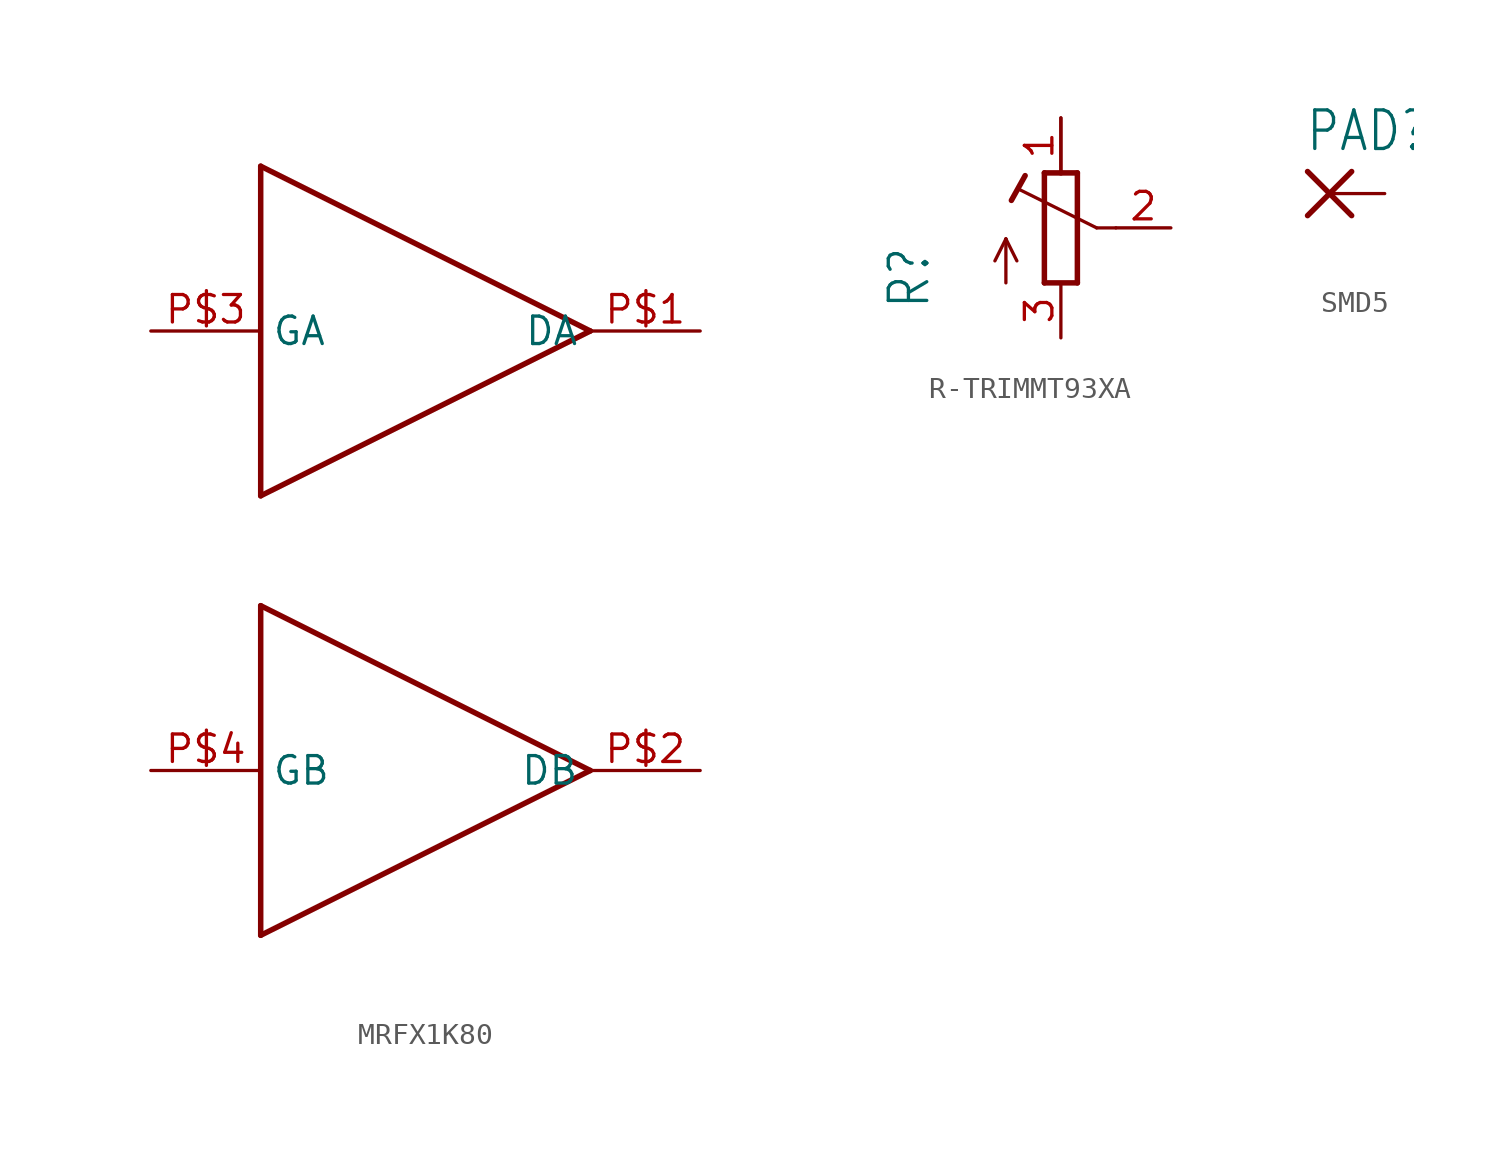
<source format=kicad_sym>
(kicad_symbol_lib
  (version 20231120)
  (generator "kicad_symbol_editor")
  (generator_version "8.0")
  (symbol "MRFX1K80"
    (property "Reference" ""
      (at 0 17.78 0)
      (effects (font (size 1.27 1.079)) (justify left bottom) (hide yes)))
    (property "Value" ""
      (at 0 -17.78 0)
      (effects (font (size 1.27 1.079)) (justify left bottom)))
    (property "ki_locked" ""
      (at 0 0 0)
      (effects (font (size 1.27 1.27))))
    (symbol "MRFX1K80_1_0"
      (polyline (pts (xy -5.08 -17.78) (xy 10.16 -10.16)) (stroke (width 0.254) (type solid)) (fill (type none)))
      (polyline (pts (xy -5.08 -2.54) (xy -5.08 -17.78)) (stroke (width 0.254) (type solid)) (fill (type none)))
      (polyline (pts (xy -5.08 2.54) (xy 10.16 10.16)) (stroke (width 0.254) (type solid)) (fill (type none)))
      (polyline (pts (xy -5.08 17.78) (xy -5.08 2.54)) (stroke (width 0.254) (type solid)) (fill (type none)))
      (polyline (pts (xy 10.16 -10.16) (xy -5.08 -2.54)) (stroke (width 0.254) (type solid)) (fill (type none)))
      (polyline (pts (xy 10.16 10.16) (xy -5.08 17.78)) (stroke (width 0.254) (type solid)) (fill (type none)))
      (pin bidirectional line (at 15.24 10.16 180) (length 5.08) (name "DA" (effects (font (size 1.27 1.27)))) (number "P$1" (effects (font (size 1.27 1.27)))))
      (pin bidirectional line (at 15.24 -10.16 180) (length 5.08) (name "DB" (effects (font (size 1.27 1.27)))) (number "P$2" (effects (font (size 1.27 1.27)))))
      (pin bidirectional line (at -10.16 10.16 0) (length 5.08) (name "GA" (effects (font (size 1.27 1.27)))) (number "P$3" (effects (font (size 1.27 1.27)))))
      (pin bidirectional line (at -10.16 -10.16 0) (length 5.08) (name "GB" (effects (font (size 1.27 1.27)))) (number "P$4" (effects (font (size 1.27 1.27)))))))
  (symbol "R-TRIMMT93XA"
    (property "Reference" "R"
      (at -5.969 -3.81 90)
      (effects (font (size 1.778 1.511)) (justify left bottom)))
    (property "Value" ""
      (at -3.81 -3.81 90)
      (effects (font (size 1.778 1.511)) (justify left bottom)))
    (property "ki_locked" ""
      (at 0 0 0)
      (effects (font (size 1.27 1.27))))
    (symbol "R-TRIMMT93XA_1_0"
      (polyline (pts (xy -2.54 -2.54) (xy -2.54 -0.508)) (stroke (width 0.152) (type solid)) (fill (type none)))
      (polyline (pts (xy -2.54 -0.508) (xy -3.048 -1.524)) (stroke (width 0.152) (type solid)) (fill (type none)))
      (polyline (pts (xy -2.54 -0.508) (xy -2.032 -1.524)) (stroke (width 0.152) (type solid)) (fill (type none)))
      (polyline (pts (xy -2.286 1.27) (xy -1.651 2.413)) (stroke (width 0.254) (type solid)) (fill (type none)))
      (polyline (pts (xy -0.762 -2.54) (xy 0.762 -2.54)) (stroke (width 0.254) (type solid)) (fill (type none)))
      (polyline (pts (xy -0.762 2.54) (xy -0.762 -2.54)) (stroke (width 0.254) (type solid)) (fill (type none)))
      (polyline (pts (xy 0 2.54) (xy -0.762 2.54)) (stroke (width 0.254) (type solid)) (fill (type none)))
      (polyline (pts (xy 0 2.54) (xy 0 5.08)) (stroke (width 0.152) (type solid)) (fill (type none)))
      (polyline (pts (xy 0.762 -2.54) (xy 0.762 2.54)) (stroke (width 0.254) (type solid)) (fill (type none)))
      (polyline (pts (xy 0.762 2.54) (xy 0 2.54)) (stroke (width 0.254) (type solid)) (fill (type none)))
      (polyline (pts (xy 1.651 0) (xy -1.88 1.753)) (stroke (width 0.152) (type solid)) (fill (type none)))
      (polyline (pts (xy 2.54 0) (xy 1.651 0)) (stroke (width 0.152) (type solid)) (fill (type none)))
      (pin passive line (at 0 5.08 270) (length 2.54) (name "E" (effects (font (size 0 0)))) (number "1" (effects (font (size 1.27 1.27)))))
      (pin passive line (at 5.08 0 180) (length 2.54) (name "S" (effects (font (size 0 0)))) (number "2" (effects (font (size 1.27 1.27)))))
      (pin passive line (at 0 -5.08 90) (length 2.54) (name "A" (effects (font (size 0 0)))) (number "3" (effects (font (size 1.27 1.27)))))))
  (symbol "SMD5"
    (property "Reference" "PAD"
      (at -1.143 1.854 0)
      (effects (font (size 1.778 1.511)) (justify left bottom)))
    (property "Value" ""
      (at -1.143 -3.302 0)
      (effects (font (size 1.778 1.511)) (justify left bottom)))
    (property "ki_locked" ""
      (at 0 0 0)
      (effects (font (size 1.27 1.27))))
    (symbol "SMD5_1_0"
      (polyline (pts (xy -1.016 -1.016) (xy 1.016 1.016)) (stroke (width 0.254) (type solid)) (fill (type none)))
      (polyline (pts (xy -1.016 1.016) (xy 1.016 -1.016)) (stroke (width 0.254) (type solid)) (fill (type none)))
      (pin passive line (at 2.54 0 180) (length 2.54) (name "P" (effects (font (size 0 0)))) (number "1" (effects (font (size 0 0))))))))
</source>
